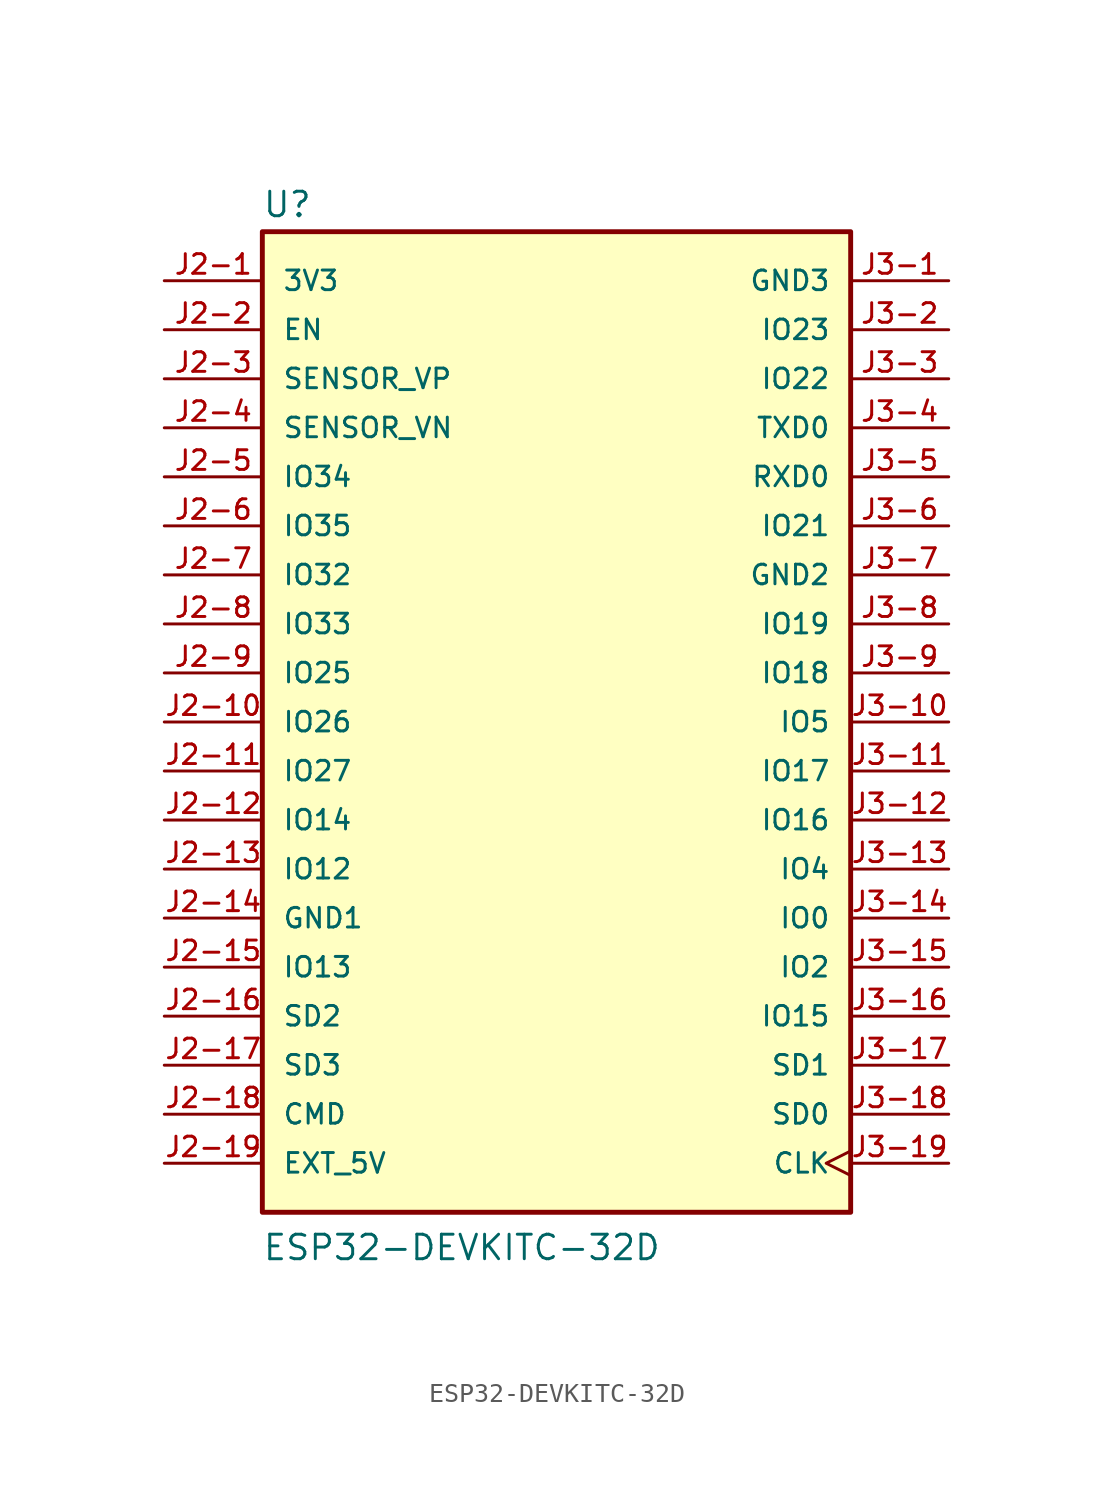
<source format=kicad_sym>
(kicad_symbol_lib
  (version 20211014)
  (generator kicad_symbol_editor)
  (symbol "ESP32-DEVKITC-32D"
    (pin_names
      (offset 1.016))
    (property "Reference" "U"
      (at -15.257 26.064 0)
      (effects (font (size 1.27 1.27)) (justify bottom left)))
    (property "Value" "ESP32-DEVKITC-32D"
      (at -15.256 -27.97 0)
      (effects (font (size 1.27 1.27)) (justify bottom left)))
    (symbol "ESP32-DEVKITC-32D_0_0"
      (rectangle (start -15.24 -25.4) (end 15.24 25.4) (stroke (width 0.254)) (fill (type background)))
      (pin power_in line (at -20.32 22.86 0) (length 5.08) (name "3V3" (effects (font (size 1.016 1.016)))) (number "J2-1" (effects (font (size 1.016 1.016)))))
      (pin input line (at -20.32 20.32 0) (length 5.08) (name "EN" (effects (font (size 1.016 1.016)))) (number "J2-2" (effects (font (size 1.016 1.016)))))
      (pin input line (at -20.32 17.78 0) (length 5.08) (name "SENSOR_VP" (effects (font (size 1.016 1.016)))) (number "J2-3" (effects (font (size 1.016 1.016)))))
      (pin input line (at -20.32 15.24 0) (length 5.08) (name "SENSOR_VN" (effects (font (size 1.016 1.016)))) (number "J2-4" (effects (font (size 1.016 1.016)))))
      (pin bidirectional line (at -20.32 12.7 0) (length 5.08) (name "IO34" (effects (font (size 1.016 1.016)))) (number "J2-5" (effects (font (size 1.016 1.016)))))
      (pin bidirectional line (at -20.32 10.16 0) (length 5.08) (name "IO35" (effects (font (size 1.016 1.016)))) (number "J2-6" (effects (font (size 1.016 1.016)))))
      (pin bidirectional line (at -20.32 7.62 0) (length 5.08) (name "IO32" (effects (font (size 1.016 1.016)))) (number "J2-7" (effects (font (size 1.016 1.016)))))
      (pin bidirectional line (at -20.32 5.08 0) (length 5.08) (name "IO33" (effects (font (size 1.016 1.016)))) (number "J2-8" (effects (font (size 1.016 1.016)))))
      (pin bidirectional line (at -20.32 2.54 0) (length 5.08) (name "IO25" (effects (font (size 1.016 1.016)))) (number "J2-9" (effects (font (size 1.016 1.016)))))
      (pin bidirectional line (at -20.32 0.0 0) (length 5.08) (name "IO26" (effects (font (size 1.016 1.016)))) (number "J2-10" (effects (font (size 1.016 1.016)))))
      (pin bidirectional line (at -20.32 -2.54 0) (length 5.08) (name "IO27" (effects (font (size 1.016 1.016)))) (number "J2-11" (effects (font (size 1.016 1.016)))))
      (pin bidirectional line (at -20.32 -5.08 0) (length 5.08) (name "IO14" (effects (font (size 1.016 1.016)))) (number "J2-12" (effects (font (size 1.016 1.016)))))
      (pin bidirectional line (at -20.32 -7.62 0) (length 5.08) (name "IO12" (effects (font (size 1.016 1.016)))) (number "J2-13" (effects (font (size 1.016 1.016)))))
      (pin power_in line (at -20.32 -10.16 0) (length 5.08) (name "GND1" (effects (font (size 1.016 1.016)))) (number "J2-14" (effects (font (size 1.016 1.016)))))
      (pin bidirectional line (at -20.32 -12.7 0) (length 5.08) (name "IO13" (effects (font (size 1.016 1.016)))) (number "J2-15" (effects (font (size 1.016 1.016)))))
      (pin bidirectional line (at -20.32 -15.24 0) (length 5.08) (name "SD2" (effects (font (size 1.016 1.016)))) (number "J2-16" (effects (font (size 1.016 1.016)))))
      (pin bidirectional line (at -20.32 -17.78 0) (length 5.08) (name "SD3" (effects (font (size 1.016 1.016)))) (number "J2-17" (effects (font (size 1.016 1.016)))))
      (pin bidirectional line (at -20.32 -20.32 0) (length 5.08) (name "CMD" (effects (font (size 1.016 1.016)))) (number "J2-18" (effects (font (size 1.016 1.016)))))
      (pin power_in line (at -20.32 -22.86 0) (length 5.08) (name "EXT_5V" (effects (font (size 1.016 1.016)))) (number "J2-19" (effects (font (size 1.016 1.016)))))
      (pin input clock (at 20.32 -22.86 180.0) (length 5.08) (name "CLK" (effects (font (size 1.016 1.016)))) (number "J3-19" (effects (font (size 1.016 1.016)))))
      (pin bidirectional line (at 20.32 -20.32 180.0) (length 5.08) (name "SD0" (effects (font (size 1.016 1.016)))) (number "J3-18" (effects (font (size 1.016 1.016)))))
      (pin bidirectional line (at 20.32 -17.78 180.0) (length 5.08) (name "SD1" (effects (font (size 1.016 1.016)))) (number "J3-17" (effects (font (size 1.016 1.016)))))
      (pin bidirectional line (at 20.32 -15.24 180.0) (length 5.08) (name "IO15" (effects (font (size 1.016 1.016)))) (number "J3-16" (effects (font (size 1.016 1.016)))))
      (pin bidirectional line (at 20.32 -12.7 180.0) (length 5.08) (name "IO2" (effects (font (size 1.016 1.016)))) (number "J3-15" (effects (font (size 1.016 1.016)))))
      (pin bidirectional line (at 20.32 -10.16 180.0) (length 5.08) (name "IO0" (effects (font (size 1.016 1.016)))) (number "J3-14" (effects (font (size 1.016 1.016)))))
      (pin bidirectional line (at 20.32 -7.62 180.0) (length 5.08) (name "IO4" (effects (font (size 1.016 1.016)))) (number "J3-13" (effects (font (size 1.016 1.016)))))
      (pin bidirectional line (at 20.32 -5.08 180.0) (length 5.08) (name "IO16" (effects (font (size 1.016 1.016)))) (number "J3-12" (effects (font (size 1.016 1.016)))))
      (pin bidirectional line (at 20.32 -2.54 180.0) (length 5.08) (name "IO17" (effects (font (size 1.016 1.016)))) (number "J3-11" (effects (font (size 1.016 1.016)))))
      (pin bidirectional line (at 20.32 0.0 180.0) (length 5.08) (name "IO5" (effects (font (size 1.016 1.016)))) (number "J3-10" (effects (font (size 1.016 1.016)))))
      (pin bidirectional line (at 20.32 2.54 180.0) (length 5.08) (name "IO18" (effects (font (size 1.016 1.016)))) (number "J3-9" (effects (font (size 1.016 1.016)))))
      (pin bidirectional line (at 20.32 5.08 180.0) (length 5.08) (name "IO19" (effects (font (size 1.016 1.016)))) (number "J3-8" (effects (font (size 1.016 1.016)))))
      (pin power_in line (at 20.32 7.62 180.0) (length 5.08) (name "GND2" (effects (font (size 1.016 1.016)))) (number "J3-7" (effects (font (size 1.016 1.016)))))
      (pin bidirectional line (at 20.32 10.16 180.0) (length 5.08) (name "IO21" (effects (font (size 1.016 1.016)))) (number "J3-6" (effects (font (size 1.016 1.016)))))
      (pin input line (at 20.32 12.7 180.0) (length 5.08) (name "RXD0" (effects (font (size 1.016 1.016)))) (number "J3-5" (effects (font (size 1.016 1.016)))))
      (pin output line (at 20.32 15.24 180.0) (length 5.08) (name "TXD0" (effects (font (size 1.016 1.016)))) (number "J3-4" (effects (font (size 1.016 1.016)))))
      (pin bidirectional line (at 20.32 17.78 180.0) (length 5.08) (name "IO22" (effects (font (size 1.016 1.016)))) (number "J3-3" (effects (font (size 1.016 1.016)))))
      (pin bidirectional line (at 20.32 20.32 180.0) (length 5.08) (name "IO23" (effects (font (size 1.016 1.016)))) (number "J3-2" (effects (font (size 1.016 1.016)))))
      (pin power_in line (at 20.32 22.86 180.0) (length 5.08) (name "GND3" (effects (font (size 1.016 1.016)))) (number "J3-1" (effects (font (size 1.016 1.016))))))))
</source>
